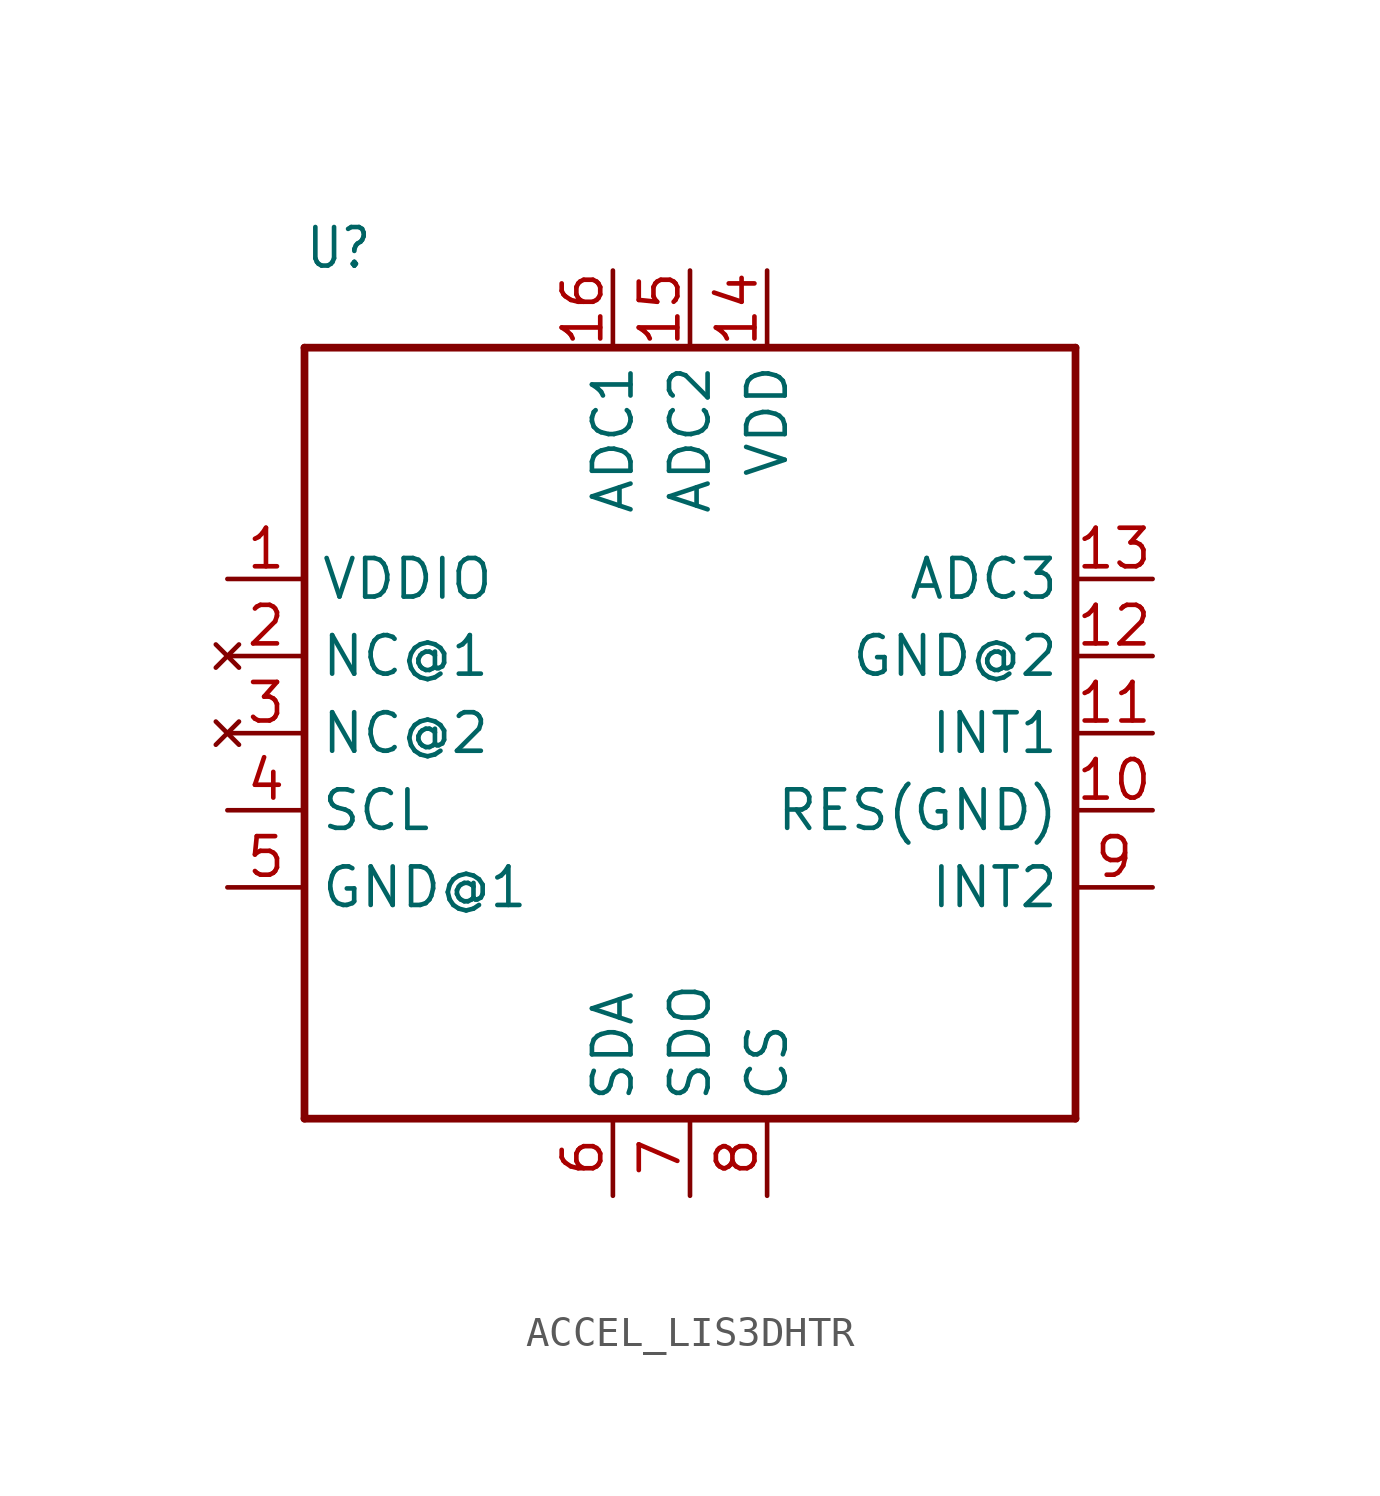
<source format=kicad_sym>
(kicad_symbol_lib
  (version 20231120)
  (generator "kicad_symbol_editor")
  (generator_version "8.0")
  (symbol "ACCEL_LIS3DHTR"
    (property "Reference" "U"
      (at -12.7 15.24 0)
      (effects (font (size 1.27 1.079)) (justify left bottom)))
    (property "Value" ""
      (at 5.08 -15.24 0)
      (effects (font (size 1.27 1.079)) (justify left bottom)))
    (property "ki_locked" ""
      (at 0 0 0)
      (effects (font (size 1.27 1.27))))
    (symbol "ACCEL_LIS3DHTR_1_0"
      (polyline (pts (xy -12.7 -12.7) (xy -12.7 12.7)) (stroke (width 0.254) (type solid)) (fill (type none)))
      (polyline (pts (xy -12.7 12.7) (xy 12.7 12.7)) (stroke (width 0.254) (type solid)) (fill (type none)))
      (polyline (pts (xy 12.7 -12.7) (xy -12.7 -12.7)) (stroke (width 0.254) (type solid)) (fill (type none)))
      (polyline (pts (xy 12.7 12.7) (xy 12.7 -12.7)) (stroke (width 0.254) (type solid)) (fill (type none)))
      (pin power_in line (at -15.24 5.08 0) (length 2.54) (name "VDDIO" (effects (font (size 1.27 1.27)))) (number "1" (effects (font (size 1.27 1.27)))))
      (pin bidirectional line (at 15.24 -2.54 180) (length 2.54) (name "RES(GND)" (effects (font (size 1.27 1.27)))) (number "10" (effects (font (size 1.27 1.27)))))
      (pin output line (at 15.24 0 180) (length 2.54) (name "INT1" (effects (font (size 1.27 1.27)))) (number "11" (effects (font (size 1.27 1.27)))))
      (pin power_in line (at 15.24 2.54 180) (length 2.54) (name "GND@2" (effects (font (size 1.27 1.27)))) (number "12" (effects (font (size 1.27 1.27)))))
      (pin input line (at 15.24 5.08 180) (length 2.54) (name "ADC3" (effects (font (size 1.27 1.27)))) (number "13" (effects (font (size 1.27 1.27)))))
      (pin power_in line (at 2.54 15.24 270) (length 2.54) (name "VDD" (effects (font (size 1.27 1.27)))) (number "14" (effects (font (size 1.27 1.27)))))
      (pin input line (at 0 15.24 270) (length 2.54) (name "ADC2" (effects (font (size 1.27 1.27)))) (number "15" (effects (font (size 1.27 1.27)))))
      (pin input line (at -2.54 15.24 270) (length 2.54) (name "ADC1" (effects (font (size 1.27 1.27)))) (number "16" (effects (font (size 1.27 1.27)))))
      (pin no_connect line (at -15.24 2.54 0) (length 2.54) (name "NC@1" (effects (font (size 1.27 1.27)))) (number "2" (effects (font (size 1.27 1.27)))))
      (pin no_connect line (at -15.24 0 0) (length 2.54) (name "NC@2" (effects (font (size 1.27 1.27)))) (number "3" (effects (font (size 1.27 1.27)))))
      (pin bidirectional line (at -15.24 -2.54 0) (length 2.54) (name "SCL" (effects (font (size 1.27 1.27)))) (number "4" (effects (font (size 1.27 1.27)))))
      (pin power_in line (at -15.24 -5.08 0) (length 2.54) (name "GND@1" (effects (font (size 1.27 1.27)))) (number "5" (effects (font (size 1.27 1.27)))))
      (pin bidirectional line (at -2.54 -15.24 90) (length 2.54) (name "SDA" (effects (font (size 1.27 1.27)))) (number "6" (effects (font (size 1.27 1.27)))))
      (pin bidirectional line (at 0 -15.24 90) (length 2.54) (name "SDO" (effects (font (size 1.27 1.27)))) (number "7" (effects (font (size 1.27 1.27)))))
      (pin input line (at 2.54 -15.24 90) (length 2.54) (name "CS" (effects (font (size 1.27 1.27)))) (number "8" (effects (font (size 1.27 1.27)))))
      (pin output line (at 15.24 -5.08 180) (length 2.54) (name "INT2" (effects (font (size 1.27 1.27)))) (number "9" (effects (font (size 1.27 1.27))))))))
</source>
